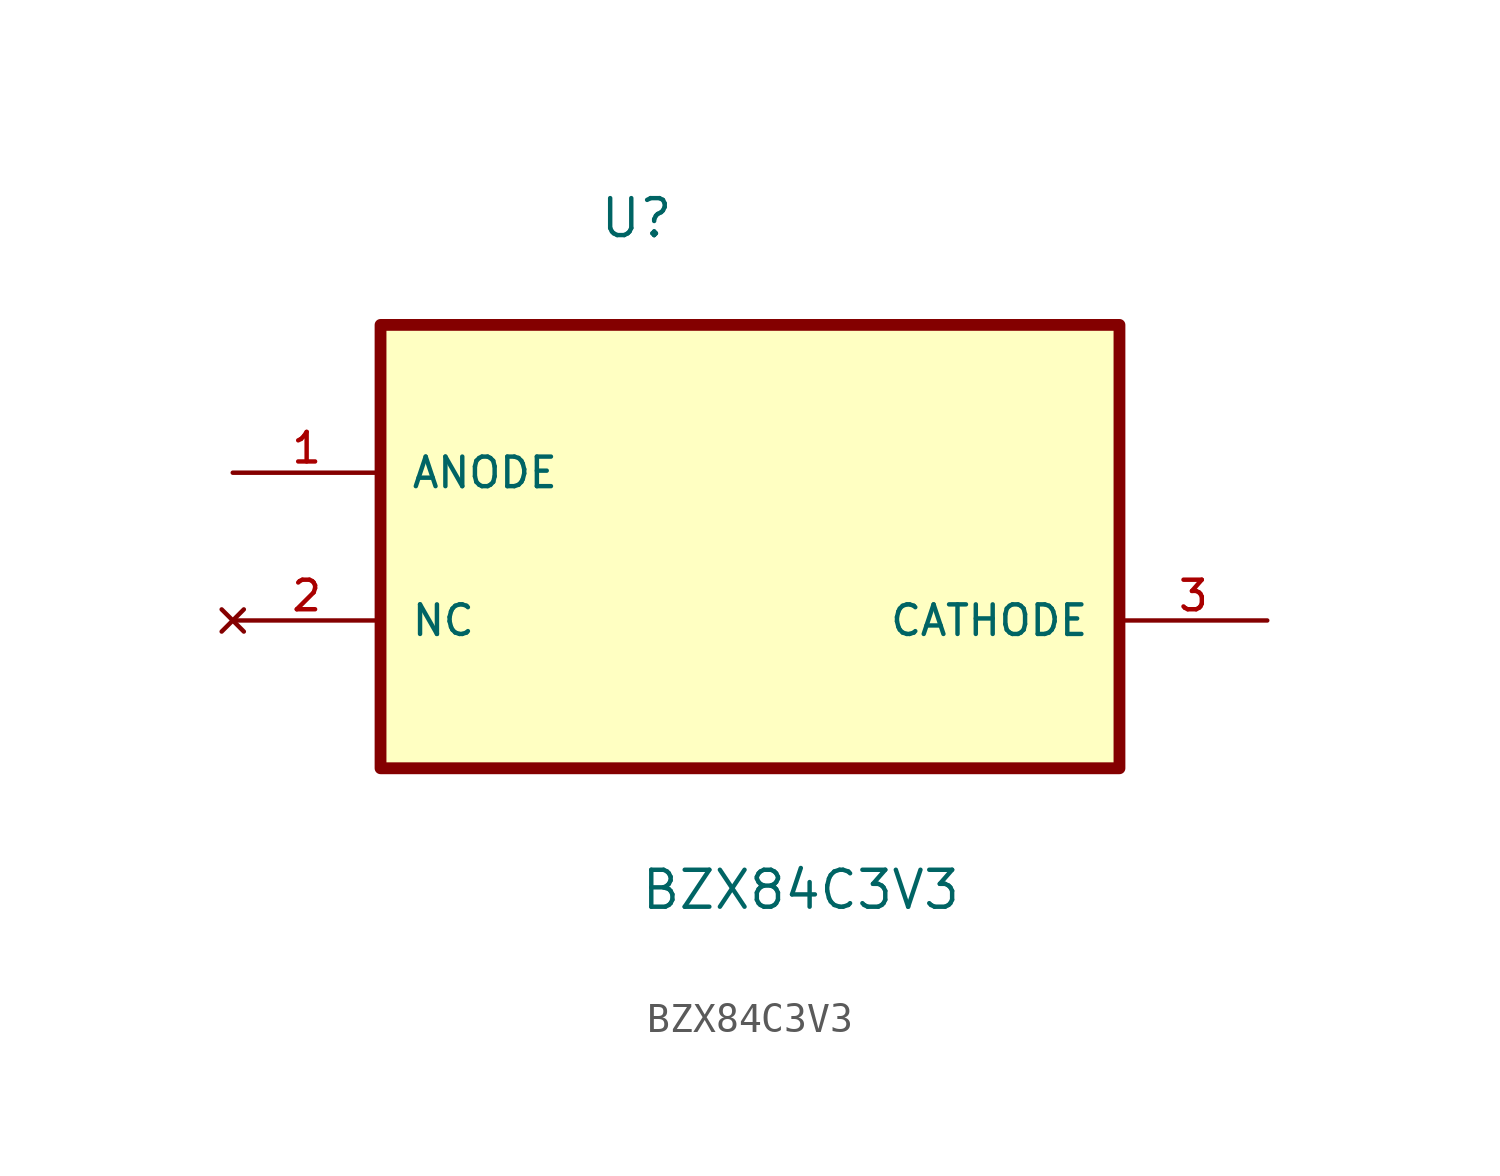
<source format=kicad_sym>
(kicad_symbol_lib
  (version 20211014)
  (generator kicad_symbol_editor)
  (symbol "BZX84C3V3"
    (pin_names
      (offset 1.016))
    (property "Reference" "U"
      (at -5.209 8.005 0.0)
      (effects (font (size 1.27 1.27)) (justify bottom left)))
    (property "Value" "BZX84C3V3"
      (at -3.796 -15.082 0.0)
      (effects (font (size 1.27 1.27)) (justify bottom left)))
    (symbol "BZX84C3V3_0_0"
      (rectangle (start -12.7 -10.16) (end 12.7 5.08) (stroke (width 0.406)) (fill (type background)))
      (pin passive line (at -17.78 0.0 0) (length 5.08) (name "ANODE" (effects (font (size 1.016 1.016)))) (number "1" (effects (font (size 1.016 1.016)))))
      (pin no_connect line (at -17.78 -5.08 0) (length 5.08) (name "NC" (effects (font (size 1.016 1.016)))) (number "2" (effects (font (size 1.016 1.016)))))
      (pin passive line (at 17.78 -5.08 180.0) (length 5.08) (name "CATHODE" (effects (font (size 1.016 1.016)))) (number "3" (effects (font (size 1.016 1.016))))))))
</source>
